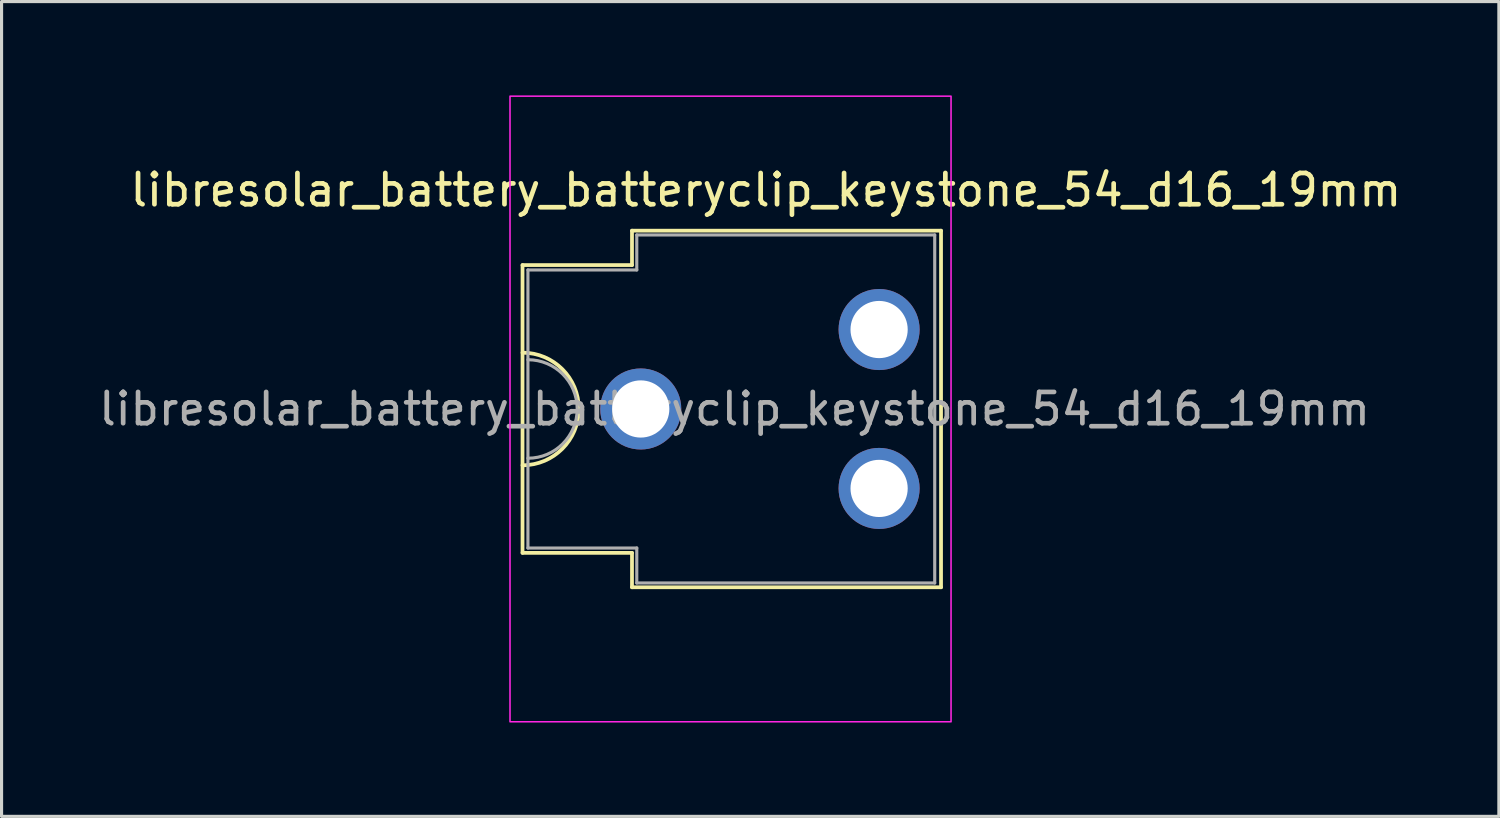
<source format=kicad_pcb>
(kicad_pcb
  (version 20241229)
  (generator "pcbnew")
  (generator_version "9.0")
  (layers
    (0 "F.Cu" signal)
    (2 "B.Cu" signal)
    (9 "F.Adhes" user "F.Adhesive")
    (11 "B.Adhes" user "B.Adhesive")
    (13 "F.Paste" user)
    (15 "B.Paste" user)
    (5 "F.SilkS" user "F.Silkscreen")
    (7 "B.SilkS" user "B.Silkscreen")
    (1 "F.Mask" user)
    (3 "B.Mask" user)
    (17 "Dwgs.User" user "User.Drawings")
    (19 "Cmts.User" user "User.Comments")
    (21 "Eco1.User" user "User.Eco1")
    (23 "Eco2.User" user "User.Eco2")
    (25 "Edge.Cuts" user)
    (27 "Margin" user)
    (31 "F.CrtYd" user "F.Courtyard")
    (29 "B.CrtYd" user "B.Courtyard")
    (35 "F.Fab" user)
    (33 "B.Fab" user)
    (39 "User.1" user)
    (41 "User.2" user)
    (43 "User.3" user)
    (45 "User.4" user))
  (footprint "libresolar_battery_batteryclip_keystone_54_d16_19mm"
    (layer "F.Cu")
    (at 17.435 10.025)
    (property "Reference" "libresolar_battery_batteryclip_keystone_54_d16_19mm" (at 4 -7 0) (layer "F.SilkS") (effects (font (size 1 1) (thickness 0.15))))
    (attr through_hole)
    (fp_line (start -3.78 -4.6) (end -3.78 4.6) (stroke (width 0.12) (type default)) (layer "F.SilkS"))
    (fp_line (start -3.78 4.6) (end -0.28 4.6) (stroke (width 0.12) (type default)) (layer "F.SilkS"))
    (fp_line (start -0.28 -5.7) (end -0.28 -4.6) (stroke (width 0.12) (type default)) (layer "F.SilkS"))
    (fp_line (start -0.28 -4.6) (end -3.78 -4.6) (stroke (width 0.12) (type default)) (layer "F.SilkS"))
    (fp_line (start -0.28 4.6) (end -0.28 5.7) (stroke (width 0.12) (type default)) (layer "F.SilkS"))
    (fp_line (start -0.28 5.7) (end 9.6 5.7) (stroke (width 0.12) (type default)) (layer "F.SilkS"))
    (fp_line (start 9.6 -5.7) (end -0.28 -5.7) (stroke (width 0.12) (type default)) (layer "F.SilkS"))
    (fp_line (start 9.6 5.7) (end 9.6 -5.7) (stroke (width 0.12) (type default)) (layer "F.SilkS"))
    (fp_arc (start -3.78 -1.8) (mid -1.98 0) (end -3.78 1.8) (stroke (width 0.12) (type default)) (layer "F.SilkS"))
    (fp_rect (start 9.92 10) (end -4.18 -10) (stroke (width 0.05) (type default)) (fill no) (layer "F.CrtYd"))
    (fp_line (start -3.607 -4.445) (end -0.127 -4.445) (stroke (width 0.1) (type default)) (layer "F.Fab"))
    (fp_line (start -3.607 4.445) (end -3.607 -4.445) (stroke (width 0.1) (type default)) (layer "F.Fab"))
    (fp_line (start -3.607 4.445) (end -0.127 4.445) (stroke (width 0.1) (type default)) (layer "F.Fab"))
    (fp_line (start -0.127 -5.563) (end -0.127 -4.445) (stroke (width 0.1) (type default)) (layer "F.Fab"))
    (fp_line (start -0.127 -5.563) (end 9.398 -5.563) (stroke (width 0.1) (type default)) (layer "F.Fab"))
    (fp_line (start -0.127 5.563) (end -0.127 4.445) (stroke (width 0.1) (type default)) (layer "F.Fab"))
    (fp_line (start -0.127 5.563) (end 9.398 5.563) (stroke (width 0.1) (type default)) (layer "F.Fab"))
    (fp_line (start 9.398 5.563) (end 9.398 -5.563) (stroke (width 0.1) (type default)) (layer "F.Fab"))
    (fp_arc (start -3.6068 -1.5748) (mid -2.032 0) (end -3.6068 1.5748) (stroke (width 0.1) (type default)) (layer "F.Fab"))
    (fp_text user "${REFERENCE}" (at 3 0 0) (layer "F.Fab") (effects (font (size 1 1) (thickness 0.15))))
    (pad "1" thru_hole circle (at 0 0 180) (size 2.591 2.591) (drill 1.829) (layers "*.Cu" "*.Mask"))
    (pad "1" thru_hole circle (at 7.62 -2.54 180) (size 2.591 2.591) (drill 1.829) (layers "*.Cu" "*.Mask"))
    (pad "1" thru_hole circle (at 7.62 2.54 180) (size 2.591 2.591) (drill 1.829) (layers "*.Cu" "*.Mask")))
  (gr_rect
    (start -3 -3)
    (end 44.869 23.05)
    (stroke (width 0.1) (type default))
    (fill no)
    (layer "Edge.Cuts")))
</source>
